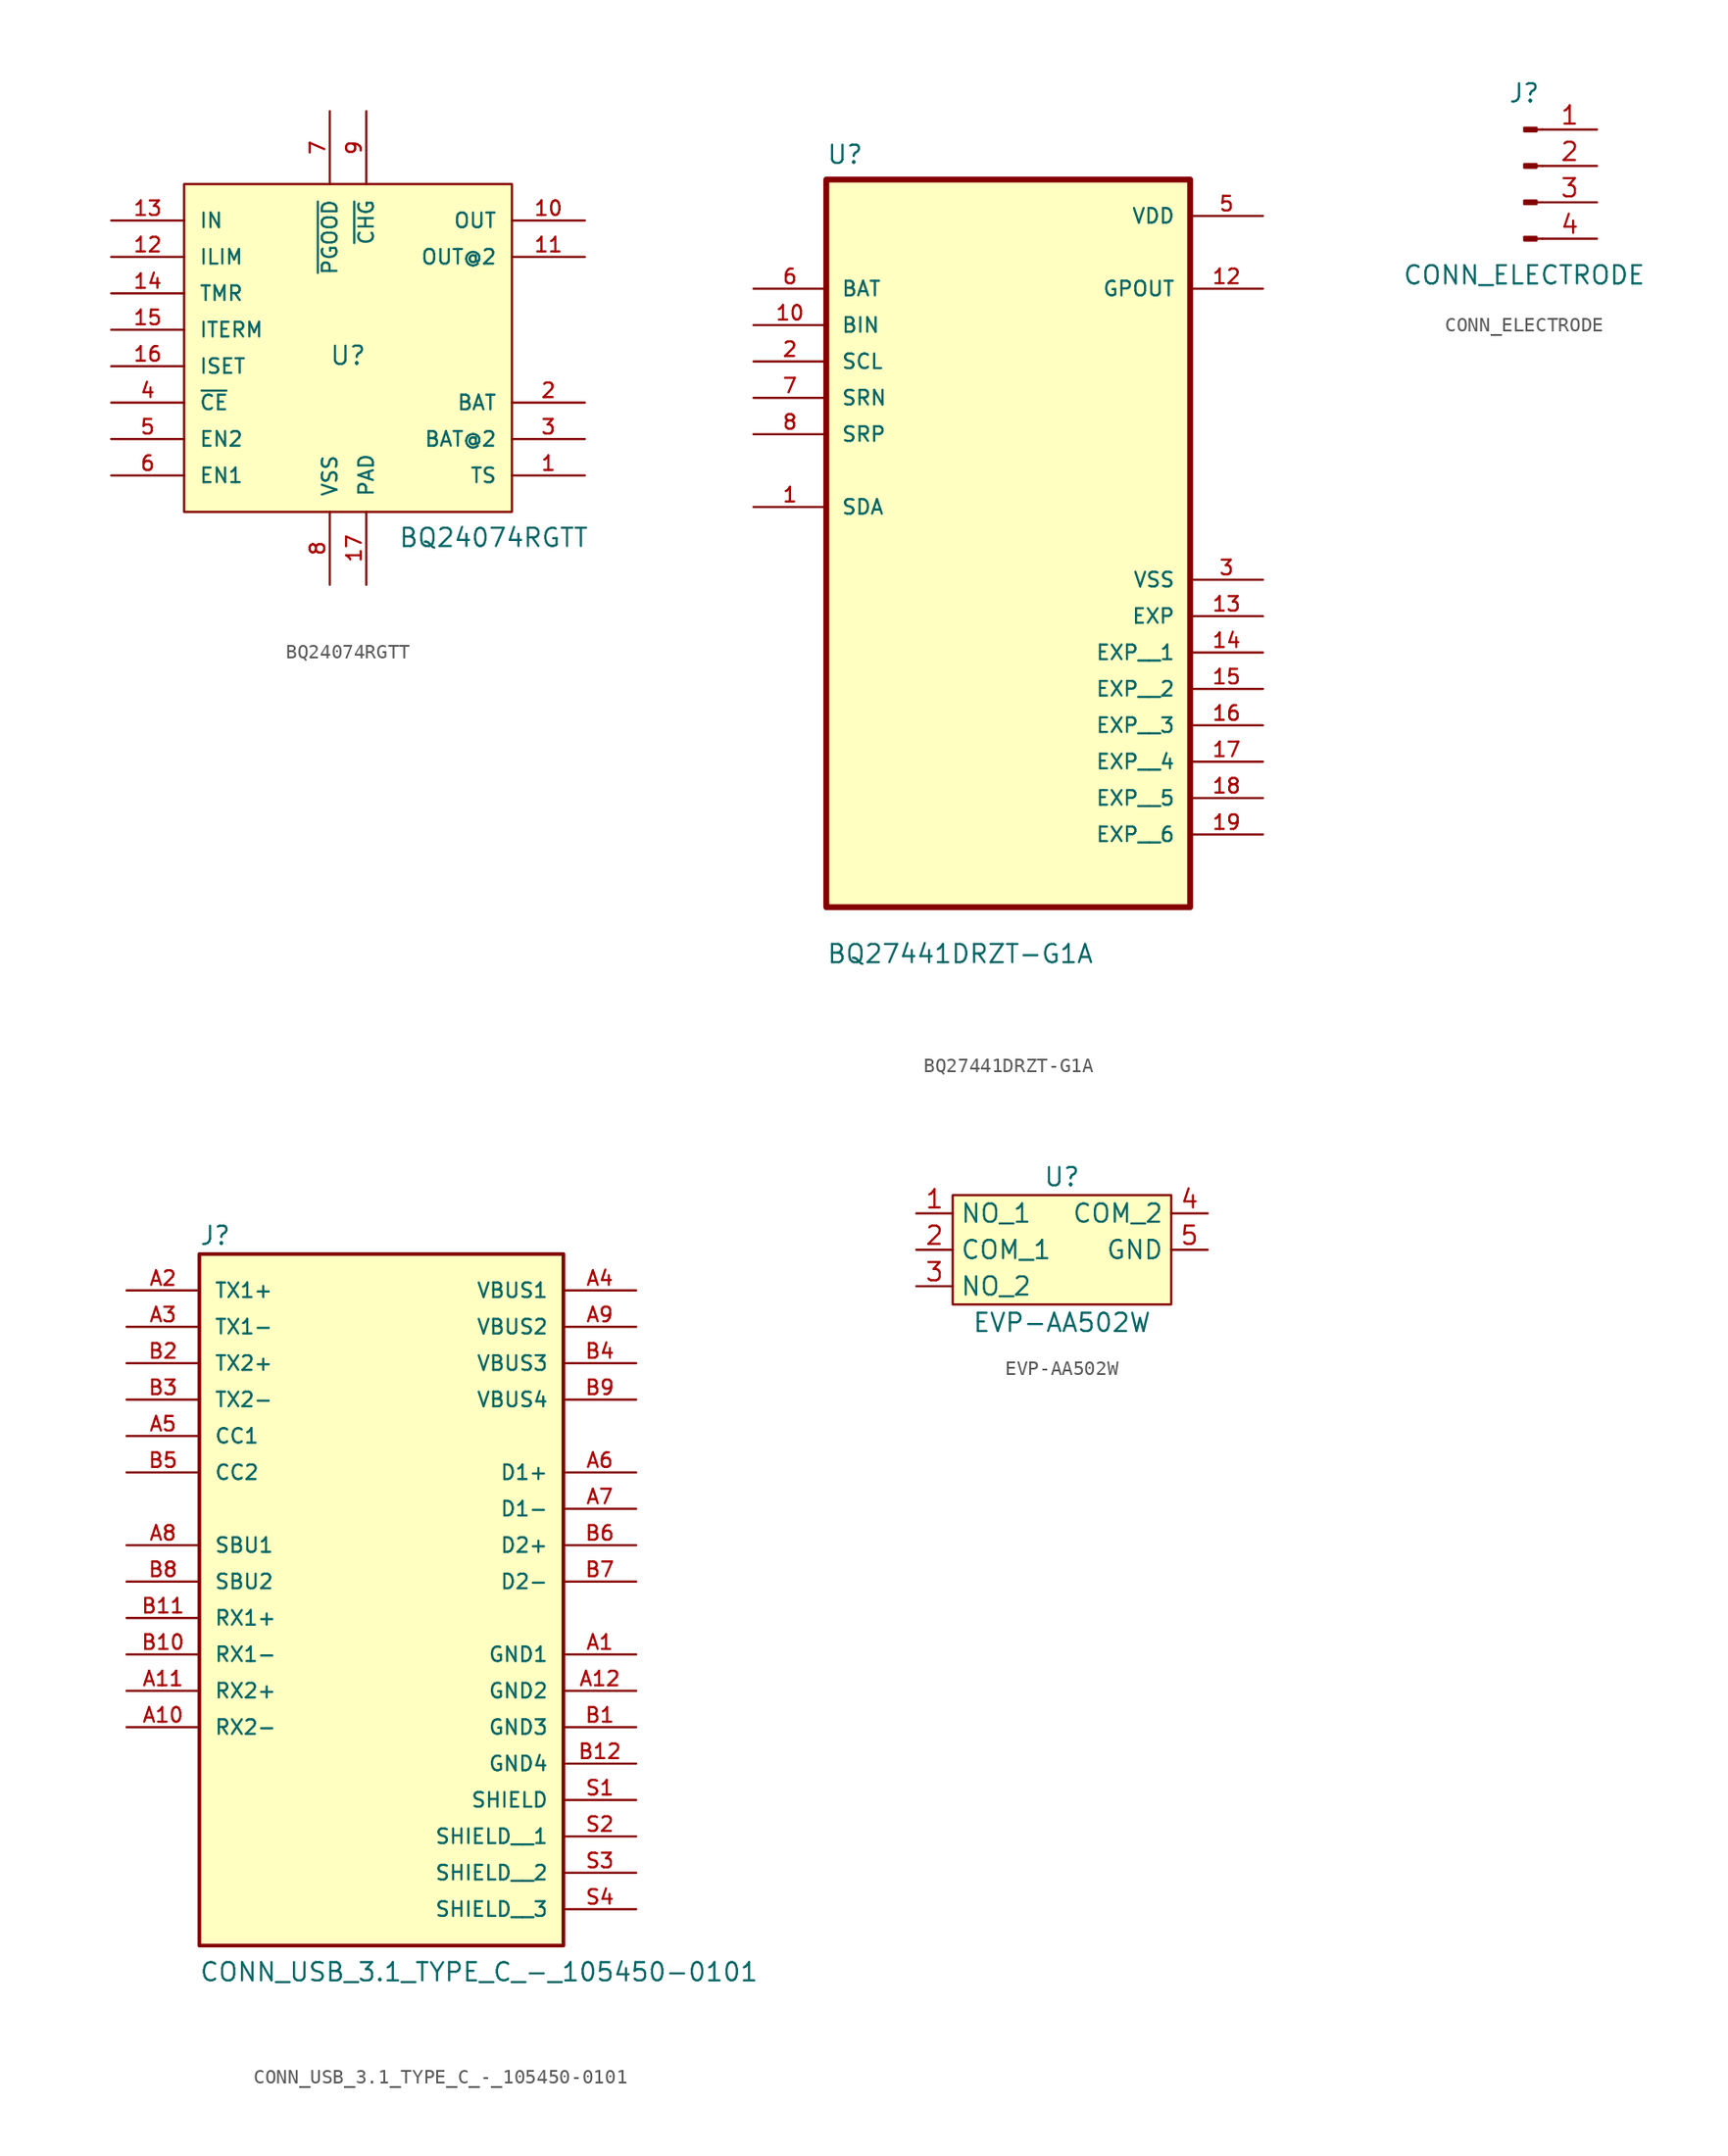
<source format=kicad_sym>
(kicad_symbol_lib
  (version 20220914)
  (generator kicad_symbol_editor)
  (symbol "BQ24074RGTT"
    (pin_names
      (offset 1.016))
    (property "Reference" "U"
      (at 11.43 10.16 0)
      (effects (font (size 1.27 1.27)) (justify bottom)))
    (property "Value" "BQ24074RGTT"
      (at 21.59 -2.54 0)
      (effects (font (size 1.27 1.27)) (justify bottom)))
    (symbol "BQ24074RGTT_0_0"
      (rectangle (start 0 0) (end 22.86 22.86) (stroke (width 0.152) (type default)) (fill (type background)))
      (pin bidirectional line (at 27.94 2.54 180) (length 5.08) (name "TS" (effects (font (size 1.016 1.016)))) (number "1" (effects (font (size 1.016 1.016)))))
      (pin bidirectional line (at 27.94 20.32 180) (length 5.08) (name "OUT" (effects (font (size 1.016 1.016)))) (number "10" (effects (font (size 1.016 1.016)))))
      (pin bidirectional line (at 27.94 17.78 180) (length 5.08) (name "OUT@2" (effects (font (size 1.016 1.016)))) (number "11" (effects (font (size 1.016 1.016)))))
      (pin bidirectional line (at -5.08 17.78 0) (length 5.08) (name "ILIM" (effects (font (size 1.016 1.016)))) (number "12" (effects (font (size 1.016 1.016)))))
      (pin bidirectional line (at -5.08 20.32 0) (length 5.08) (name "IN" (effects (font (size 1.016 1.016)))) (number "13" (effects (font (size 1.016 1.016)))))
      (pin bidirectional line (at -5.08 15.24 0) (length 5.08) (name "TMR" (effects (font (size 1.016 1.016)))) (number "14" (effects (font (size 1.016 1.016)))))
      (pin bidirectional line (at -5.08 12.7 0) (length 5.08) (name "ITERM" (effects (font (size 1.016 1.016)))) (number "15" (effects (font (size 1.016 1.016)))))
      (pin bidirectional line (at -5.08 10.16 0) (length 5.08) (name "ISET" (effects (font (size 1.016 1.016)))) (number "16" (effects (font (size 1.016 1.016)))))
      (pin bidirectional line (at 12.7 -5.08 90) (length 5.08) (name "PAD" (effects (font (size 1.016 1.016)))) (number "17" (effects (font (size 1.016 1.016)))))
      (pin bidirectional line (at 27.94 7.62 180) (length 5.08) (name "BAT" (effects (font (size 1.016 1.016)))) (number "2" (effects (font (size 1.016 1.016)))))
      (pin bidirectional line (at 27.94 5.08 180) (length 5.08) (name "BAT@2" (effects (font (size 1.016 1.016)))) (number "3" (effects (font (size 1.016 1.016)))))
      (pin bidirectional line (at -5.08 7.62 0) (length 5.08) (name "~{CE}" (effects (font (size 1.016 1.016)))) (number "4" (effects (font (size 1.016 1.016)))))
      (pin bidirectional line (at -5.08 5.08 0) (length 5.08) (name "EN2" (effects (font (size 1.016 1.016)))) (number "5" (effects (font (size 1.016 1.016)))))
      (pin bidirectional line (at -5.08 2.54 0) (length 5.08) (name "EN1" (effects (font (size 1.016 1.016)))) (number "6" (effects (font (size 1.016 1.016)))))
      (pin bidirectional line (at 10.16 27.94 270) (length 5.08) (name "~{PGOOD}" (effects (font (size 1.016 1.016)))) (number "7" (effects (font (size 1.016 1.016)))))
      (pin bidirectional line (at 10.16 -5.08 90) (length 5.08) (name "VSS" (effects (font (size 1.016 1.016)))) (number "8" (effects (font (size 1.016 1.016)))))
      (pin bidirectional line (at 12.7 27.94 270) (length 5.08) (name "~{CHG}" (effects (font (size 1.016 1.016)))) (number "9" (effects (font (size 1.016 1.016)))))))
  (symbol "BQ27441DRZT-G1A"
    (pin_names
      (offset 1.016))
    (property "Reference" "U"
      (at -12.7 18.78 0)
      (effects (font (size 1.27 1.27)) (justify left bottom)))
    (property "Value" "BQ27441DRZT-G1A"
      (at -12.7 -37.02 0)
      (effects (font (size 1.27 1.27)) (justify left bottom)))
    (symbol "BQ27441DRZT-G1A_0_0"
      (rectangle (start -12.7 -33.02) (end 12.7 17.78) (stroke (width 0.41) (type default)) (fill (type background)))
      (pin bidirectional line (at -17.78 -5.08 0) (length 5.08) (name "SDA" (effects (font (size 1.016 1.016)))) (number "1" (effects (font (size 1.016 1.016)))))
      (pin input line (at -17.78 7.62 0) (length 5.08) (name "BIN" (effects (font (size 1.016 1.016)))) (number "10" (effects (font (size 1.016 1.016)))))
      (pin output line (at 17.78 10.16 180) (length 5.08) (name "GPOUT" (effects (font (size 1.016 1.016)))) (number "12" (effects (font (size 1.016 1.016)))))
      (pin power_in line (at 17.78 -12.7 180) (length 5.08) (name "EXP" (effects (font (size 1.016 1.016)))) (number "13" (effects (font (size 1.016 1.016)))))
      (pin power_in line (at 17.78 -15.24 180) (length 5.08) (name "EXP__1" (effects (font (size 1.016 1.016)))) (number "14" (effects (font (size 1.016 1.016)))))
      (pin power_in line (at 17.78 -17.78 180) (length 5.08) (name "EXP__2" (effects (font (size 1.016 1.016)))) (number "15" (effects (font (size 1.016 1.016)))))
      (pin power_in line (at 17.78 -20.32 180) (length 5.08) (name "EXP__3" (effects (font (size 1.016 1.016)))) (number "16" (effects (font (size 1.016 1.016)))))
      (pin power_in line (at 17.78 -22.86 180) (length 5.08) (name "EXP__4" (effects (font (size 1.016 1.016)))) (number "17" (effects (font (size 1.016 1.016)))))
      (pin power_in line (at 17.78 -25.4 180) (length 5.08) (name "EXP__5" (effects (font (size 1.016 1.016)))) (number "18" (effects (font (size 1.016 1.016)))))
      (pin power_in line (at 17.78 -27.94 180) (length 5.08) (name "EXP__6" (effects (font (size 1.016 1.016)))) (number "19" (effects (font (size 1.016 1.016)))))
      (pin input line (at -17.78 5.08 0) (length 5.08) (name "SCL" (effects (font (size 1.016 1.016)))) (number "2" (effects (font (size 1.016 1.016)))))
      (pin power_in line (at 17.78 -10.16 180) (length 5.08) (name "VSS" (effects (font (size 1.016 1.016)))) (number "3" (effects (font (size 1.016 1.016)))))
      (pin power_in line (at 17.78 15.24 180) (length 5.08) (name "VDD" (effects (font (size 1.016 1.016)))) (number "5" (effects (font (size 1.016 1.016)))))
      (pin input line (at -17.78 10.16 0) (length 5.08) (name "BAT" (effects (font (size 1.016 1.016)))) (number "6" (effects (font (size 1.016 1.016)))))
      (pin input line (at -17.78 2.54 0) (length 5.08) (name "SRN" (effects (font (size 1.016 1.016)))) (number "7" (effects (font (size 1.016 1.016)))))
      (pin input line (at -17.78 0 0) (length 5.08) (name "SRP" (effects (font (size 1.016 1.016)))) (number "8" (effects (font (size 1.016 1.016)))))))
  (symbol "CONN_ELECTRODE"
    (pin_names
      (offset 1.016) hide)
    (property "Reference" "J"
      (at 0 5.08 0)
      (effects (font (size 1.27 1.27))))
    (property "Value" "CONN_ELECTRODE"
      (at 0 -7.62 0)
      (effects (font (size 1.27 1.27))))
    (property "ki_locked" ""
      (at 0 0 0)
      (effects (font (size 1.27 1.27))))
    (symbol "CONN_ELECTRODE_1_1"
      (polyline (pts (xy 1.27 -5.08) (xy 0.864 -5.08)) (stroke (width 0.152) (type default)) (fill (type none)))
      (polyline (pts (xy 1.27 -2.54) (xy 0.864 -2.54)) (stroke (width 0.152) (type default)) (fill (type none)))
      (polyline (pts (xy 1.27 0) (xy 0.864 0)) (stroke (width 0.152) (type default)) (fill (type none)))
      (polyline (pts (xy 1.27 2.54) (xy 0.864 2.54)) (stroke (width 0.152) (type default)) (fill (type none)))
      (rectangle (start 0.864 -4.953) (end 0 -5.207) (stroke (width 0.152) (type default)) (fill (type outline)))
      (rectangle (start 0.864 -2.413) (end 0 -2.667) (stroke (width 0.152) (type default)) (fill (type outline)))
      (rectangle (start 0.864 0.127) (end 0 -0.127) (stroke (width 0.152) (type default)) (fill (type outline)))
      (rectangle (start 0.864 2.667) (end 0 2.413) (stroke (width 0.152) (type default)) (fill (type outline)))
      (pin passive line (at 5.08 2.54 180) (length 3.81) (name "Pin_1" (effects (font (size 1.27 1.27)))) (number "1" (effects (font (size 1.27 1.27)))))
      (pin passive line (at 5.08 0 180) (length 3.81) (name "Pin_2" (effects (font (size 1.27 1.27)))) (number "2" (effects (font (size 1.27 1.27)))))
      (pin passive line (at 5.08 -2.54 180) (length 3.81) (name "Pin_3" (effects (font (size 1.27 1.27)))) (number "3" (effects (font (size 1.27 1.27)))))
      (pin passive line (at 5.08 -5.08 180) (length 3.81) (name "Pin_4" (effects (font (size 1.27 1.27)))) (number "4" (effects (font (size 1.27 1.27)))))))
  (symbol "CONN_USB_3.1_TYPE_C_-_105450-0101"
    (pin_names
      (offset 1.016))
    (property "Reference" "J"
      (at -12.721 20.86 0)
      (effects (font (size 1.27 1.27)) (justify left bottom)))
    (property "Value" "CONN_USB_3.1_TYPE_C_-_105450-0101"
      (at -12.726 -30.527 0)
      (effects (font (size 1.27 1.27)) (justify left bottom)))
    (symbol "CONN_USB_3.1_TYPE_C_-_105450-0101_0_0"
      (rectangle (start -12.7 -27.94) (end 12.7 20.32) (stroke (width 0.254) (type default)) (fill (type background)))
      (pin passive line (at 17.78 -7.62 180) (length 5.08) (name "GND1" (effects (font (size 1.016 1.016)))) (number "A1" (effects (font (size 1.016 1.016)))))
      (pin passive line (at -17.78 -12.7 0) (length 5.08) (name "RX2-" (effects (font (size 1.016 1.016)))) (number "A10" (effects (font (size 1.016 1.016)))))
      (pin passive line (at -17.78 -10.16 0) (length 5.08) (name "RX2+" (effects (font (size 1.016 1.016)))) (number "A11" (effects (font (size 1.016 1.016)))))
      (pin passive line (at 17.78 -10.16 180) (length 5.08) (name "GND2" (effects (font (size 1.016 1.016)))) (number "A12" (effects (font (size 1.016 1.016)))))
      (pin passive line (at -17.78 17.78 0) (length 5.08) (name "TX1+" (effects (font (size 1.016 1.016)))) (number "A2" (effects (font (size 1.016 1.016)))))
      (pin passive line (at -17.78 15.24 0) (length 5.08) (name "TX1-" (effects (font (size 1.016 1.016)))) (number "A3" (effects (font (size 1.016 1.016)))))
      (pin passive line (at 17.78 17.78 180) (length 5.08) (name "VBUS1" (effects (font (size 1.016 1.016)))) (number "A4" (effects (font (size 1.016 1.016)))))
      (pin passive line (at -17.78 7.62 0) (length 5.08) (name "CC1" (effects (font (size 1.016 1.016)))) (number "A5" (effects (font (size 1.016 1.016)))))
      (pin passive line (at 17.78 5.08 180) (length 5.08) (name "D1+" (effects (font (size 1.016 1.016)))) (number "A6" (effects (font (size 1.016 1.016)))))
      (pin passive line (at 17.78 2.54 180) (length 5.08) (name "D1-" (effects (font (size 1.016 1.016)))) (number "A7" (effects (font (size 1.016 1.016)))))
      (pin passive line (at -17.78 0 0) (length 5.08) (name "SBU1" (effects (font (size 1.016 1.016)))) (number "A8" (effects (font (size 1.016 1.016)))))
      (pin passive line (at 17.78 15.24 180) (length 5.08) (name "VBUS2" (effects (font (size 1.016 1.016)))) (number "A9" (effects (font (size 1.016 1.016)))))
      (pin passive line (at 17.78 -12.7 180) (length 5.08) (name "GND3" (effects (font (size 1.016 1.016)))) (number "B1" (effects (font (size 1.016 1.016)))))
      (pin passive line (at -17.78 -7.62 0) (length 5.08) (name "RX1-" (effects (font (size 1.016 1.016)))) (number "B10" (effects (font (size 1.016 1.016)))))
      (pin passive line (at -17.78 -5.08 0) (length 5.08) (name "RX1+" (effects (font (size 1.016 1.016)))) (number "B11" (effects (font (size 1.016 1.016)))))
      (pin passive line (at 17.78 -15.24 180) (length 5.08) (name "GND4" (effects (font (size 1.016 1.016)))) (number "B12" (effects (font (size 1.016 1.016)))))
      (pin passive line (at -17.78 12.7 0) (length 5.08) (name "TX2+" (effects (font (size 1.016 1.016)))) (number "B2" (effects (font (size 1.016 1.016)))))
      (pin passive line (at -17.78 10.16 0) (length 5.08) (name "TX2-" (effects (font (size 1.016 1.016)))) (number "B3" (effects (font (size 1.016 1.016)))))
      (pin passive line (at 17.78 12.7 180) (length 5.08) (name "VBUS3" (effects (font (size 1.016 1.016)))) (number "B4" (effects (font (size 1.016 1.016)))))
      (pin passive line (at -17.78 5.08 0) (length 5.08) (name "CC2" (effects (font (size 1.016 1.016)))) (number "B5" (effects (font (size 1.016 1.016)))))
      (pin passive line (at 17.78 0 180) (length 5.08) (name "D2+" (effects (font (size 1.016 1.016)))) (number "B6" (effects (font (size 1.016 1.016)))))
      (pin passive line (at 17.78 -2.54 180) (length 5.08) (name "D2-" (effects (font (size 1.016 1.016)))) (number "B7" (effects (font (size 1.016 1.016)))))
      (pin passive line (at -17.78 -2.54 0) (length 5.08) (name "SBU2" (effects (font (size 1.016 1.016)))) (number "B8" (effects (font (size 1.016 1.016)))))
      (pin passive line (at 17.78 10.16 180) (length 5.08) (name "VBUS4" (effects (font (size 1.016 1.016)))) (number "B9" (effects (font (size 1.016 1.016)))))
      (pin passive line (at 17.78 -17.78 180) (length 5.08) (name "SHIELD" (effects (font (size 1.016 1.016)))) (number "S1" (effects (font (size 1.016 1.016)))))
      (pin passive line (at 17.78 -20.32 180) (length 5.08) (name "SHIELD__1" (effects (font (size 1.016 1.016)))) (number "S2" (effects (font (size 1.016 1.016)))))
      (pin passive line (at 17.78 -22.86 180) (length 5.08) (name "SHIELD__2" (effects (font (size 1.016 1.016)))) (number "S3" (effects (font (size 1.016 1.016)))))
      (pin passive line (at 17.78 -25.4 180) (length 5.08) (name "SHIELD__3" (effects (font (size 1.016 1.016)))) (number "S4" (effects (font (size 1.016 1.016)))))))
  (symbol "EVP-AA502W"
    (property "Reference" "U"
      (at 0 5.08 0)
      (effects (font (size 1.27 1.27))))
    (property "Value" "EVP-AA502W"
      (at 0 -5.08 0)
      (effects (font (size 1.27 1.27))))
    (symbol "EVP-AA502W_1_1"
      (rectangle (start -7.62 3.81) (end 7.62 -3.81) (stroke (width 0) (type default)) (fill (type background)))
      (pin input line (at -10.16 2.54 0) (length 2.54) (name "NO_1" (effects (font (size 1.27 1.27)))) (number "1" (effects (font (size 1.27 1.27)))))
      (pin input line (at -10.16 0 0) (length 2.54) (name "COM_1" (effects (font (size 1.27 1.27)))) (number "2" (effects (font (size 1.27 1.27)))))
      (pin input line (at -10.16 -2.54 0) (length 2.54) (name "NO_2" (effects (font (size 1.27 1.27)))) (number "3" (effects (font (size 1.27 1.27)))))
      (pin input line (at 10.16 2.54 180) (length 2.54) (name "COM_2" (effects (font (size 1.27 1.27)))) (number "4" (effects (font (size 1.27 1.27)))))
      (pin input line (at 10.16 0 180) (length 2.54) (name "GND" (effects (font (size 1.27 1.27)))) (number "5" (effects (font (size 1.27 1.27))))))))
</source>
